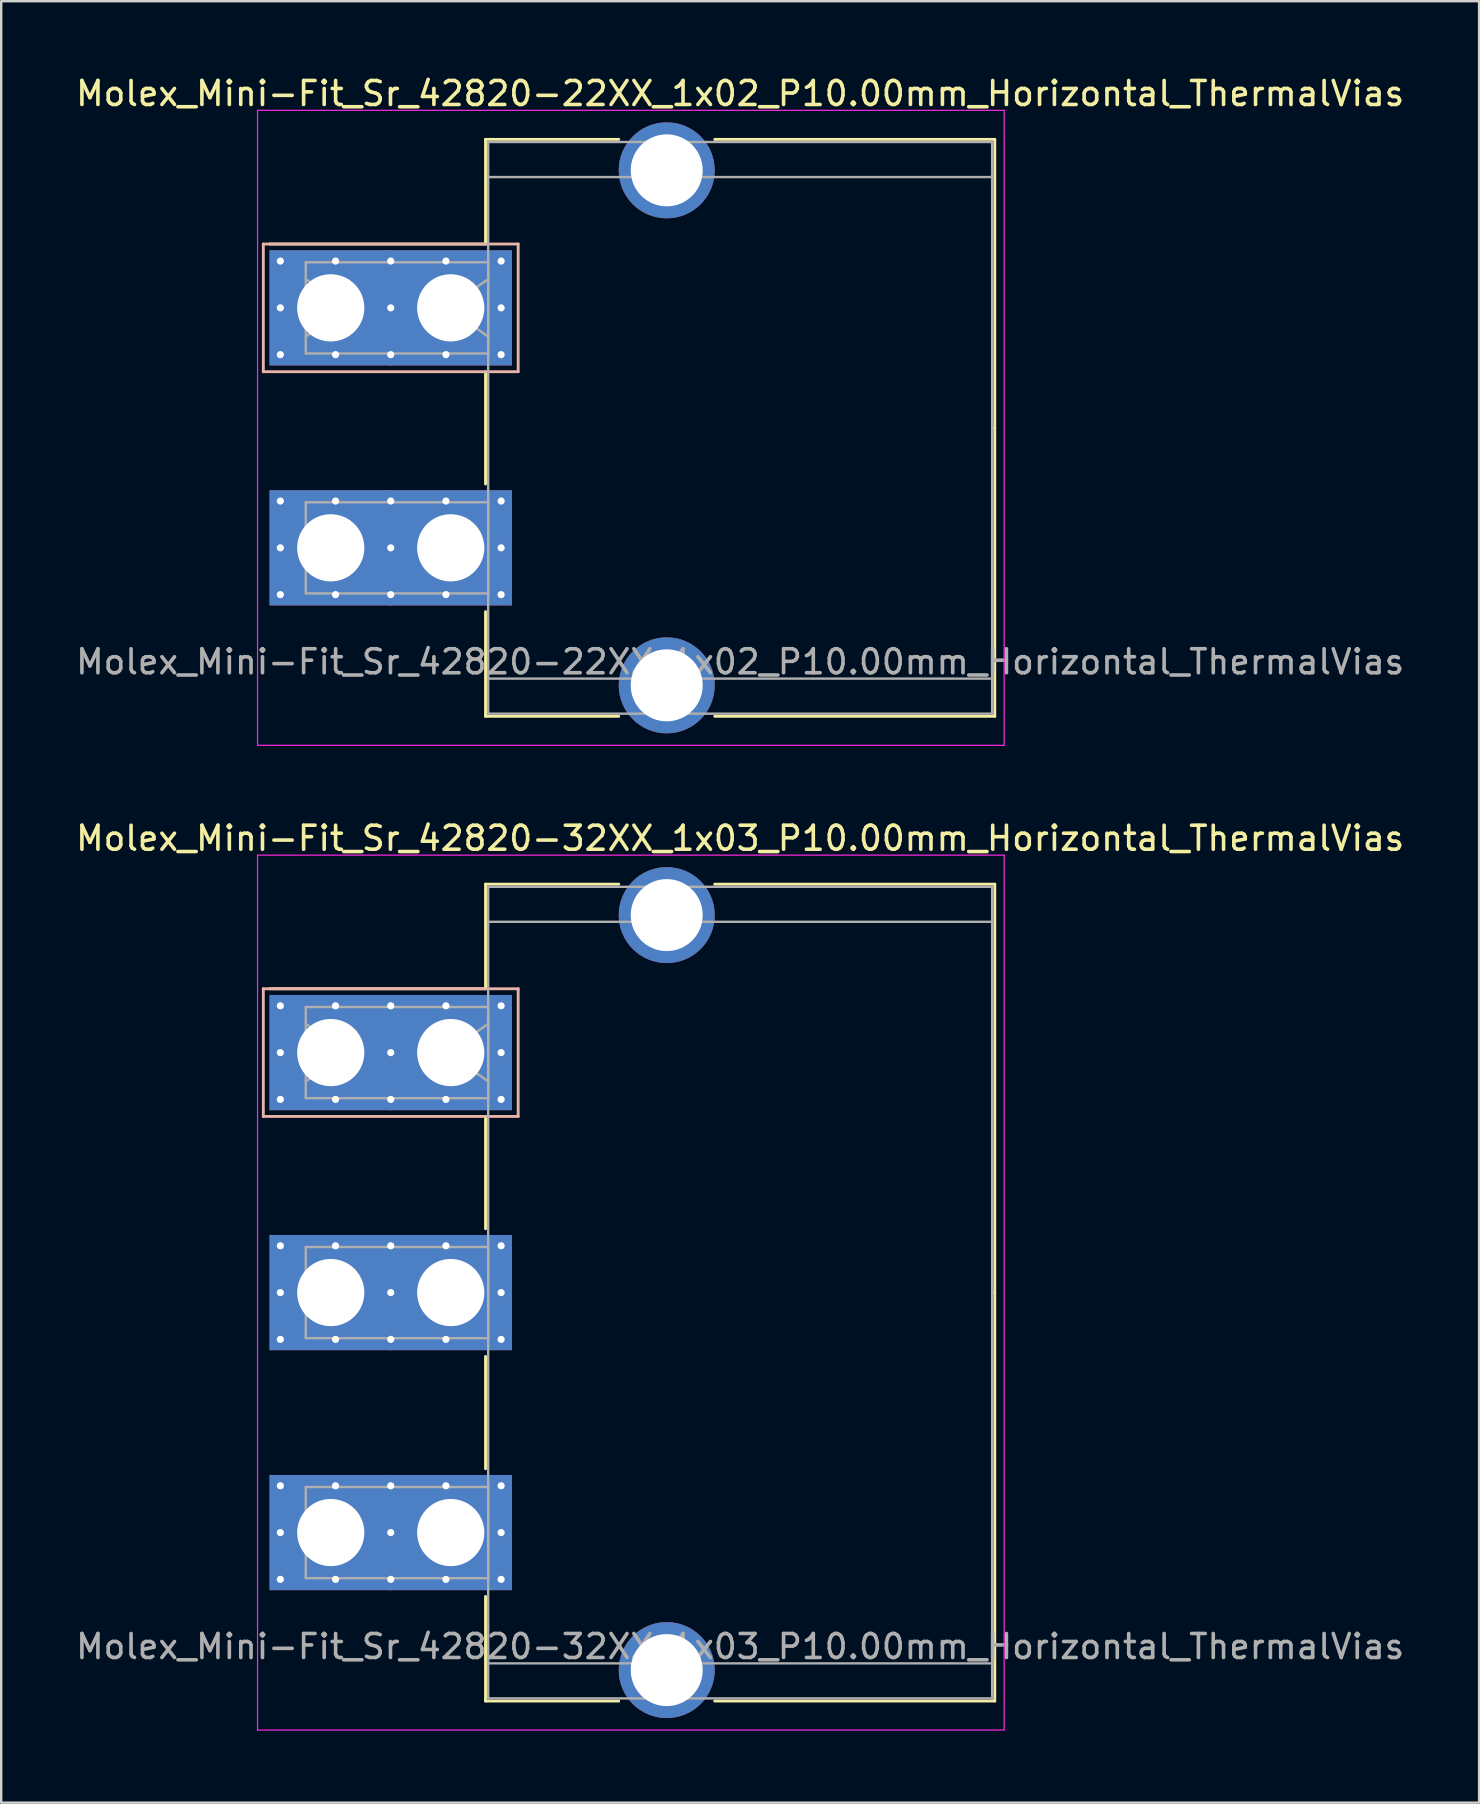
<source format=kicad_pcb>
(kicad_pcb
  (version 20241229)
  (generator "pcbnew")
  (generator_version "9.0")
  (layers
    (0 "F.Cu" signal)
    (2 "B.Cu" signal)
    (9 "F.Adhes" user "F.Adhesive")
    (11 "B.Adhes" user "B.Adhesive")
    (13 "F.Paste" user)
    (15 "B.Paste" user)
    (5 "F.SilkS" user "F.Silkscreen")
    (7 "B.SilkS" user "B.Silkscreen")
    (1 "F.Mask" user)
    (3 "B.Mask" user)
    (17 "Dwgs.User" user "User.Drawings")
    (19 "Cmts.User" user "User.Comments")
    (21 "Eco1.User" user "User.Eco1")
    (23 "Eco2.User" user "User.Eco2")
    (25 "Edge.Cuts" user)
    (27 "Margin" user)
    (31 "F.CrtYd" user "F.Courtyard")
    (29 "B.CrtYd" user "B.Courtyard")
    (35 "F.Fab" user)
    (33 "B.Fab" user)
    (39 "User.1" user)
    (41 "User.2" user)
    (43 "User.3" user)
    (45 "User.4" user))
  (footprint "Molex_Mini-Fit_Sr_42820-22XX_1x02_P10.00mm_Horizontal_ThermalVias"
    (layer "F.Cu")
    (at 10.732 9.778)
    (property "Reference" "Molex_Mini-Fit_Sr_42820-22XX_1x02_P10.00mm_Horizontal_ThermalVias" (at 17.06 -8.93 0) (layer "F.SilkS") (effects (font (size 1 1) (thickness 0.15))))
    (attr through_hole)
    (fp_line (start 6.45 -7.02) (end 12 -7.02) (stroke (width 0.12) (type solid)) (layer "F.SilkS"))
    (fp_line (start 6.45 -2.66) (end -2.55 -2.66) (stroke (width 0.12) (type solid)) (layer "F.SilkS"))
    (fp_line (start 6.45 -2.66) (end 6.45 -7.02) (stroke (width 0.12) (type solid)) (layer "F.SilkS"))
    (fp_line (start 6.45 2.66) (end 6.45 7.34) (stroke (width 0.12) (type solid)) (layer "F.SilkS"))
    (fp_line (start 6.45 12.66) (end 6.45 17.02) (stroke (width 0.12) (type solid)) (layer "F.SilkS"))
    (fp_line (start 6.45 17.02) (end 12 17.02) (stroke (width 0.12) (type solid)) (layer "F.SilkS"))
    (fp_line (start 16 -7.02) (end 27.67 -7.02) (stroke (width 0.12) (type solid)) (layer "F.SilkS"))
    (fp_line (start 16 17.02) (end 27.67 17.02) (stroke (width 0.12) (type solid)) (layer "F.SilkS"))
    (fp_line (start 27.67 -7.02) (end 27.67 5) (stroke (width 0.12) (type solid)) (layer "F.SilkS"))
    (fp_line (start 27.67 17.02) (end 27.67 5) (stroke (width 0.12) (type solid)) (layer "F.SilkS"))
    (fp_line (start -2.81 -2.66) (end -2.81 2.66) (stroke (width 0.12) (type solid)) (layer "B.SilkS"))
    (fp_line (start -2.81 2.66) (end 7.81 2.66) (stroke (width 0.12) (type solid)) (layer "B.SilkS"))
    (fp_line (start 7.81 -2.66) (end -2.81 -2.66) (stroke (width 0.12) (type solid)) (layer "B.SilkS"))
    (fp_line (start 7.81 2.66) (end 7.81 -2.66) (stroke (width 0.12) (type solid)) (layer "B.SilkS"))
    (fp_line (start -3.05 -8.23) (end -3.05 18.23) (stroke (width 0.05) (type solid)) (layer "F.CrtYd"))
    (fp_line (start -3.05 18.23) (end 28.06 18.23) (stroke (width 0.05) (type solid)) (layer "F.CrtYd"))
    (fp_line (start 28.06 -8.23) (end -3.05 -8.23) (stroke (width 0.05) (type solid)) (layer "F.CrtYd"))
    (fp_line (start 28.06 18.23) (end 28.06 -8.23) (stroke (width 0.05) (type solid)) (layer "F.CrtYd"))
    (fp_line (start -1.04 -1.9) (end 6.56 -1.9) (stroke (width 0.1) (type solid)) (layer "F.Fab"))
    (fp_line (start -1.04 -1.2) (end 0.657 0) (stroke (width 0.1) (type solid)) (layer "F.Fab"))
    (fp_line (start -1.04 1.9) (end -1.04 -1.9) (stroke (width 0.1) (type solid)) (layer "F.Fab"))
    (fp_line (start -1.04 8.1) (end 6.56 8.1) (stroke (width 0.1) (type solid)) (layer "F.Fab"))
    (fp_line (start -1.04 11.9) (end -1.04 8.1) (stroke (width 0.1) (type solid)) (layer "F.Fab"))
    (fp_line (start 0.657 0) (end -1.04 1.2) (stroke (width 0.1) (type solid)) (layer "F.Fab"))
    (fp_line (start 4.863 0) (end 6.56 1.2) (stroke (width 0.1) (type solid)) (layer "F.Fab"))
    (fp_line (start 6.56 -6.91) (end 6.56 16.91) (stroke (width 0.1) (type solid)) (layer "F.Fab"))
    (fp_line (start 6.56 -5.45) (end 27.56 -5.45) (stroke (width 0.1) (type solid)) (layer "F.Fab"))
    (fp_line (start 6.56 -1.9) (end 6.56 1.9) (stroke (width 0.1) (type solid)) (layer "F.Fab"))
    (fp_line (start 6.56 -1.2) (end 4.863 0) (stroke (width 0.1) (type solid)) (layer "F.Fab"))
    (fp_line (start 6.56 1.9) (end -1.04 1.9) (stroke (width 0.1) (type solid)) (layer "F.Fab"))
    (fp_line (start 6.56 8.1) (end 6.56 11.9) (stroke (width 0.1) (type solid)) (layer "F.Fab"))
    (fp_line (start 6.56 11.9) (end -1.04 11.9) (stroke (width 0.1) (type solid)) (layer "F.Fab"))
    (fp_line (start 6.56 15.45) (end 27.56 15.45) (stroke (width 0.1) (type solid)) (layer "F.Fab"))
    (fp_line (start 6.56 16.91) (end 27.56 16.91) (stroke (width 0.1) (type solid)) (layer "F.Fab"))
    (fp_line (start 27.56 -6.91) (end 6.56 -6.91) (stroke (width 0.1) (type solid)) (layer "F.Fab"))
    (fp_line (start 27.56 16.91) (end 27.56 -6.91) (stroke (width 0.1) (type solid)) (layer "F.Fab"))
    (fp_text user "${REFERENCE}" (at 17.06 14.75 0) (layer "F.Fab") (effects (font (size 1 1) (thickness 0.15))))
    (pad "" thru_hole circle (at 14 -5.73) (size 4 4) (drill 3) (layers "*.Cu" "*.Mask"))
    (pad "" thru_hole circle (at 14 15.73) (size 4 4) (drill 3) (layers "*.Cu" "*.Mask"))
    (pad "1" thru_hole rect (at -2.1 -1.95) (size 0.6 0.6) (drill 0.3) (layers "*.Cu" "*.Mask"))
    (pad "1" thru_hole rect (at -2.1 0) (size 0.6 0.6) (drill 0.3) (layers "*.Cu" "*.Mask"))
    (pad "1" thru_hole rect (at -2.1 1.95) (size 0.6 0.6) (drill 0.3) (layers "*.Cu" "*.Mask"))
    (pad "1" thru_hole rect (at 0 0) (size 5.1 4.8) (drill 2.8) (layers "*.Cu" "*.Mask"))
    (pad "1" thru_hole rect (at 0.2 -1.95) (size 0.6 0.6) (drill 0.3) (layers "*.Cu" "*.Mask"))
    (pad "1" thru_hole rect (at 0.2 1.95) (size 0.6 0.6) (drill 0.3) (layers "*.Cu" "*.Mask"))
    (pad "1" thru_hole rect (at 2.5 -1.95) (size 0.6 0.6) (drill 0.3) (layers "*.Cu" "*.Mask"))
    (pad "1" thru_hole rect (at 2.5 0) (size 0.6 0.6) (drill 0.3) (layers "*.Cu" "*.Mask"))
    (pad "1" thru_hole rect (at 2.5 1.95) (size 0.6 0.6) (drill 0.3) (layers "*.Cu" "*.Mask"))
    (pad "1" thru_hole rect (at 4.8 -1.95) (size 0.6 0.6) (drill 0.3) (layers "*.Cu" "*.Mask"))
    (pad "1" thru_hole rect (at 4.8 1.95) (size 0.6 0.6) (drill 0.3) (layers "*.Cu" "*.Mask"))
    (pad "1" thru_hole rect (at 5 0) (size 5.1 4.8) (drill 2.8) (layers "*.Cu" "*.Mask"))
    (pad "1" thru_hole rect (at 7.1 -1.95) (size 0.6 0.6) (drill 0.3) (layers "*.Cu" "*.Mask"))
    (pad "1" thru_hole rect (at 7.1 0) (size 0.6 0.6) (drill 0.3) (layers "*.Cu" "*.Mask"))
    (pad "1" thru_hole rect (at 7.1 1.95) (size 0.6 0.6) (drill 0.3) (layers "*.Cu" "*.Mask"))
    (pad "2" thru_hole circle (at -2.1 8.05) (size 0.6 0.6) (drill 0.3) (layers "*.Cu" "*.Mask"))
    (pad "2" thru_hole circle (at -2.1 10) (size 0.6 0.6) (drill 0.3) (layers "*.Cu" "*.Mask"))
    (pad "2" thru_hole circle (at -2.1 11.95) (size 0.6 0.6) (drill 0.3) (layers "*.Cu" "*.Mask"))
    (pad "2" thru_hole rect (at 0 10) (size 5.1 4.8) (drill 2.8) (layers "*.Cu" "*.Mask"))
    (pad "2" thru_hole circle (at 0.2 8.05) (size 0.6 0.6) (drill 0.3) (layers "*.Cu" "*.Mask"))
    (pad "2" thru_hole circle (at 0.2 11.95) (size 0.6 0.6) (drill 0.3) (layers "*.Cu" "*.Mask"))
    (pad "2" thru_hole circle (at 2.5 8.05) (size 0.6 0.6) (drill 0.3) (layers "*.Cu" "*.Mask"))
    (pad "2" thru_hole circle (at 2.5 10) (size 0.6 0.6) (drill 0.3) (layers "*.Cu" "*.Mask"))
    (pad "2" thru_hole circle (at 2.5 11.95) (size 0.6 0.6) (drill 0.3) (layers "*.Cu" "*.Mask"))
    (pad "2" thru_hole circle (at 4.8 8.05) (size 0.6 0.6) (drill 0.3) (layers "*.Cu" "*.Mask"))
    (pad "2" thru_hole circle (at 4.8 11.95) (size 0.6 0.6) (drill 0.3) (layers "*.Cu" "*.Mask"))
    (pad "2" thru_hole rect (at 5 10) (size 5.1 4.8) (drill 2.8) (layers "*.Cu" "*.Mask"))
    (pad "2" thru_hole circle (at 7.1 8.05) (size 0.6 0.6) (drill 0.3) (layers "*.Cu" "*.Mask"))
    (pad "2" thru_hole circle (at 7.1 10) (size 0.6 0.6) (drill 0.3) (layers "*.Cu" "*.Mask"))
    (pad "2" thru_hole circle (at 7.1 11.95) (size 0.6 0.6) (drill 0.3) (layers "*.Cu" "*.Mask")))
  (footprint "Molex_Mini-Fit_Sr_42820-32XX_1x03_P10.00mm_Horizontal_ThermalVias"
    (layer "F.Cu")
    (at 10.732 40.812)
    (property "Reference" "Molex_Mini-Fit_Sr_42820-32XX_1x03_P10.00mm_Horizontal_ThermalVias" (at 17.06 -8.93 0) (layer "F.SilkS") (effects (font (size 1 1) (thickness 0.15))))
    (attr through_hole)
    (fp_line (start 6.45 -7.02) (end 12 -7.02) (stroke (width 0.12) (type solid)) (layer "F.SilkS"))
    (fp_line (start 6.45 -2.66) (end -2.55 -2.66) (stroke (width 0.12) (type solid)) (layer "F.SilkS"))
    (fp_line (start 6.45 -2.66) (end 6.45 -7.02) (stroke (width 0.12) (type solid)) (layer "F.SilkS"))
    (fp_line (start 6.45 2.66) (end 6.45 7.34) (stroke (width 0.12) (type solid)) (layer "F.SilkS"))
    (fp_line (start 6.45 12.66) (end 6.45 17.34) (stroke (width 0.12) (type solid)) (layer "F.SilkS"))
    (fp_line (start 6.45 22.66) (end 6.45 27.02) (stroke (width 0.12) (type solid)) (layer "F.SilkS"))
    (fp_line (start 6.45 27.02) (end 12 27.02) (stroke (width 0.12) (type solid)) (layer "F.SilkS"))
    (fp_line (start 16 -7.02) (end 27.67 -7.02) (stroke (width 0.12) (type solid)) (layer "F.SilkS"))
    (fp_line (start 16 27.02) (end 27.67 27.02) (stroke (width 0.12) (type solid)) (layer "F.SilkS"))
    (fp_line (start 27.67 -7.02) (end 27.67 10) (stroke (width 0.12) (type solid)) (layer "F.SilkS"))
    (fp_line (start 27.67 27.02) (end 27.67 10) (stroke (width 0.12) (type solid)) (layer "F.SilkS"))
    (fp_line (start -2.81 -2.66) (end -2.81 2.66) (stroke (width 0.12) (type solid)) (layer "B.SilkS"))
    (fp_line (start -2.81 2.66) (end 7.81 2.66) (stroke (width 0.12) (type solid)) (layer "B.SilkS"))
    (fp_line (start 7.81 -2.66) (end -2.81 -2.66) (stroke (width 0.12) (type solid)) (layer "B.SilkS"))
    (fp_line (start 7.81 2.66) (end 7.81 -2.66) (stroke (width 0.12) (type solid)) (layer "B.SilkS"))
    (fp_line (start -3.05 -8.23) (end -3.05 28.23) (stroke (width 0.05) (type solid)) (layer "F.CrtYd"))
    (fp_line (start -3.05 28.23) (end 28.06 28.23) (stroke (width 0.05) (type solid)) (layer "F.CrtYd"))
    (fp_line (start 28.06 -8.23) (end -3.05 -8.23) (stroke (width 0.05) (type solid)) (layer "F.CrtYd"))
    (fp_line (start 28.06 28.23) (end 28.06 -8.23) (stroke (width 0.05) (type solid)) (layer "F.CrtYd"))
    (fp_line (start -1.04 -1.9) (end 6.56 -1.9) (stroke (width 0.1) (type solid)) (layer "F.Fab"))
    (fp_line (start -1.04 -1.2) (end 0.657 0) (stroke (width 0.1) (type solid)) (layer "F.Fab"))
    (fp_line (start -1.04 1.9) (end -1.04 -1.9) (stroke (width 0.1) (type solid)) (layer "F.Fab"))
    (fp_line (start -1.04 8.1) (end 6.56 8.1) (stroke (width 0.1) (type solid)) (layer "F.Fab"))
    (fp_line (start -1.04 11.9) (end -1.04 8.1) (stroke (width 0.1) (type solid)) (layer "F.Fab"))
    (fp_line (start -1.04 18.1) (end 6.56 18.1) (stroke (width 0.1) (type solid)) (layer "F.Fab"))
    (fp_line (start -1.04 21.9) (end -1.04 18.1) (stroke (width 0.1) (type solid)) (layer "F.Fab"))
    (fp_line (start 0.657 0) (end -1.04 1.2) (stroke (width 0.1) (type solid)) (layer "F.Fab"))
    (fp_line (start 4.863 0) (end 6.56 1.2) (stroke (width 0.1) (type solid)) (layer "F.Fab"))
    (fp_line (start 6.56 -6.91) (end 6.56 26.91) (stroke (width 0.1) (type solid)) (layer "F.Fab"))
    (fp_line (start 6.56 -5.45) (end 27.56 -5.45) (stroke (width 0.1) (type solid)) (layer "F.Fab"))
    (fp_line (start 6.56 -1.9) (end 6.56 1.9) (stroke (width 0.1) (type solid)) (layer "F.Fab"))
    (fp_line (start 6.56 -1.2) (end 4.863 0) (stroke (width 0.1) (type solid)) (layer "F.Fab"))
    (fp_line (start 6.56 1.9) (end -1.04 1.9) (stroke (width 0.1) (type solid)) (layer "F.Fab"))
    (fp_line (start 6.56 8.1) (end 6.56 11.9) (stroke (width 0.1) (type solid)) (layer "F.Fab"))
    (fp_line (start 6.56 11.9) (end -1.04 11.9) (stroke (width 0.1) (type solid)) (layer "F.Fab"))
    (fp_line (start 6.56 18.1) (end 6.56 21.9) (stroke (width 0.1) (type solid)) (layer "F.Fab"))
    (fp_line (start 6.56 21.9) (end -1.04 21.9) (stroke (width 0.1) (type solid)) (layer "F.Fab"))
    (fp_line (start 6.56 25.45) (end 27.56 25.45) (stroke (width 0.1) (type solid)) (layer "F.Fab"))
    (fp_line (start 6.56 26.91) (end 27.56 26.91) (stroke (width 0.1) (type solid)) (layer "F.Fab"))
    (fp_line (start 27.56 -6.91) (end 6.56 -6.91) (stroke (width 0.1) (type solid)) (layer "F.Fab"))
    (fp_line (start 27.56 26.91) (end 27.56 -6.91) (stroke (width 0.1) (type solid)) (layer "F.Fab"))
    (fp_text user "${REFERENCE}" (at 17.06 24.75 0) (layer "F.Fab") (effects (font (size 1 1) (thickness 0.15))))
    (pad "" thru_hole circle (at 14 -5.73) (size 4 4) (drill 3) (layers "*.Cu" "*.Mask"))
    (pad "" thru_hole circle (at 14 25.73) (size 4 4) (drill 3) (layers "*.Cu" "*.Mask"))
    (pad "1" thru_hole rect (at -2.1 -1.95) (size 0.6 0.6) (drill 0.3) (layers "*.Cu" "*.Mask"))
    (pad "1" thru_hole rect (at -2.1 0) (size 0.6 0.6) (drill 0.3) (layers "*.Cu" "*.Mask"))
    (pad "1" thru_hole rect (at -2.1 1.95) (size 0.6 0.6) (drill 0.3) (layers "*.Cu" "*.Mask"))
    (pad "1" thru_hole rect (at 0 0) (size 5.1 4.8) (drill 2.8) (layers "*.Cu" "*.Mask"))
    (pad "1" thru_hole rect (at 0.2 -1.95) (size 0.6 0.6) (drill 0.3) (layers "*.Cu" "*.Mask"))
    (pad "1" thru_hole rect (at 0.2 1.95) (size 0.6 0.6) (drill 0.3) (layers "*.Cu" "*.Mask"))
    (pad "1" thru_hole rect (at 2.5 -1.95) (size 0.6 0.6) (drill 0.3) (layers "*.Cu" "*.Mask"))
    (pad "1" thru_hole rect (at 2.5 0) (size 0.6 0.6) (drill 0.3) (layers "*.Cu" "*.Mask"))
    (pad "1" thru_hole rect (at 2.5 1.95) (size 0.6 0.6) (drill 0.3) (layers "*.Cu" "*.Mask"))
    (pad "1" thru_hole rect (at 4.8 -1.95) (size 0.6 0.6) (drill 0.3) (layers "*.Cu" "*.Mask"))
    (pad "1" thru_hole rect (at 4.8 1.95) (size 0.6 0.6) (drill 0.3) (layers "*.Cu" "*.Mask"))
    (pad "1" thru_hole rect (at 5 0) (size 5.1 4.8) (drill 2.8) (layers "*.Cu" "*.Mask"))
    (pad "1" thru_hole rect (at 7.1 -1.95) (size 0.6 0.6) (drill 0.3) (layers "*.Cu" "*.Mask"))
    (pad "1" thru_hole rect (at 7.1 0) (size 0.6 0.6) (drill 0.3) (layers "*.Cu" "*.Mask"))
    (pad "1" thru_hole rect (at 7.1 1.95) (size 0.6 0.6) (drill 0.3) (layers "*.Cu" "*.Mask"))
    (pad "2" thru_hole circle (at -2.1 8.05) (size 0.6 0.6) (drill 0.3) (layers "*.Cu" "*.Mask"))
    (pad "2" thru_hole circle (at -2.1 10) (size 0.6 0.6) (drill 0.3) (layers "*.Cu" "*.Mask"))
    (pad "2" thru_hole circle (at -2.1 11.95) (size 0.6 0.6) (drill 0.3) (layers "*.Cu" "*.Mask"))
    (pad "2" thru_hole rect (at 0 10) (size 5.1 4.8) (drill 2.8) (layers "*.Cu" "*.Mask"))
    (pad "2" thru_hole circle (at 0.2 8.05) (size 0.6 0.6) (drill 0.3) (layers "*.Cu" "*.Mask"))
    (pad "2" thru_hole circle (at 0.2 11.95) (size 0.6 0.6) (drill 0.3) (layers "*.Cu" "*.Mask"))
    (pad "2" thru_hole circle (at 2.5 8.05) (size 0.6 0.6) (drill 0.3) (layers "*.Cu" "*.Mask"))
    (pad "2" thru_hole circle (at 2.5 10) (size 0.6 0.6) (drill 0.3) (layers "*.Cu" "*.Mask"))
    (pad "2" thru_hole circle (at 2.5 11.95) (size 0.6 0.6) (drill 0.3) (layers "*.Cu" "*.Mask"))
    (pad "2" thru_hole circle (at 4.8 8.05) (size 0.6 0.6) (drill 0.3) (layers "*.Cu" "*.Mask"))
    (pad "2" thru_hole circle (at 4.8 11.95) (size 0.6 0.6) (drill 0.3) (layers "*.Cu" "*.Mask"))
    (pad "2" thru_hole rect (at 5 10) (size 5.1 4.8) (drill 2.8) (layers "*.Cu" "*.Mask"))
    (pad "2" thru_hole circle (at 7.1 8.05) (size 0.6 0.6) (drill 0.3) (layers "*.Cu" "*.Mask"))
    (pad "2" thru_hole circle (at 7.1 10) (size 0.6 0.6) (drill 0.3) (layers "*.Cu" "*.Mask"))
    (pad "2" thru_hole circle (at 7.1 11.95) (size 0.6 0.6) (drill 0.3) (layers "*.Cu" "*.Mask"))
    (pad "3" thru_hole circle (at -2.1 18.05) (size 0.6 0.6) (drill 0.3) (layers "*.Cu" "*.Mask"))
    (pad "3" thru_hole circle (at -2.1 20) (size 0.6 0.6) (drill 0.3) (layers "*.Cu" "*.Mask"))
    (pad "3" thru_hole circle (at -2.1 21.95) (size 0.6 0.6) (drill 0.3) (layers "*.Cu" "*.Mask"))
    (pad "3" thru_hole rect (at 0 20) (size 5.1 4.8) (drill 2.8) (layers "*.Cu" "*.Mask"))
    (pad "3" thru_hole circle (at 0.2 18.05) (size 0.6 0.6) (drill 0.3) (layers "*.Cu" "*.Mask"))
    (pad "3" thru_hole circle (at 0.2 21.95) (size 0.6 0.6) (drill 0.3) (layers "*.Cu" "*.Mask"))
    (pad "3" thru_hole circle (at 2.5 18.05) (size 0.6 0.6) (drill 0.3) (layers "*.Cu" "*.Mask"))
    (pad "3" thru_hole circle (at 2.5 20) (size 0.6 0.6) (drill 0.3) (layers "*.Cu" "*.Mask"))
    (pad "3" thru_hole circle (at 2.5 21.95) (size 0.6 0.6) (drill 0.3) (layers "*.Cu" "*.Mask"))
    (pad "3" thru_hole circle (at 4.8 18.05) (size 0.6 0.6) (drill 0.3) (layers "*.Cu" "*.Mask"))
    (pad "3" thru_hole circle (at 4.8 21.95) (size 0.6 0.6) (drill 0.3) (layers "*.Cu" "*.Mask"))
    (pad "3" thru_hole rect (at 5 20) (size 5.1 4.8) (drill 2.8) (layers "*.Cu" "*.Mask"))
    (pad "3" thru_hole circle (at 7.1 18.05) (size 0.6 0.6) (drill 0.3) (layers "*.Cu" "*.Mask"))
    (pad "3" thru_hole circle (at 7.1 20) (size 0.6 0.6) (drill 0.3) (layers "*.Cu" "*.Mask"))
    (pad "3" thru_hole circle (at 7.1 21.95) (size 0.6 0.6) (drill 0.3) (layers "*.Cu" "*.Mask")))
  (gr_rect
    (start -3 -3)
    (end 58.583 72.067)
    (stroke (width 0.1) (type default))
    (fill no)
    (layer "Edge.Cuts")))
</source>
